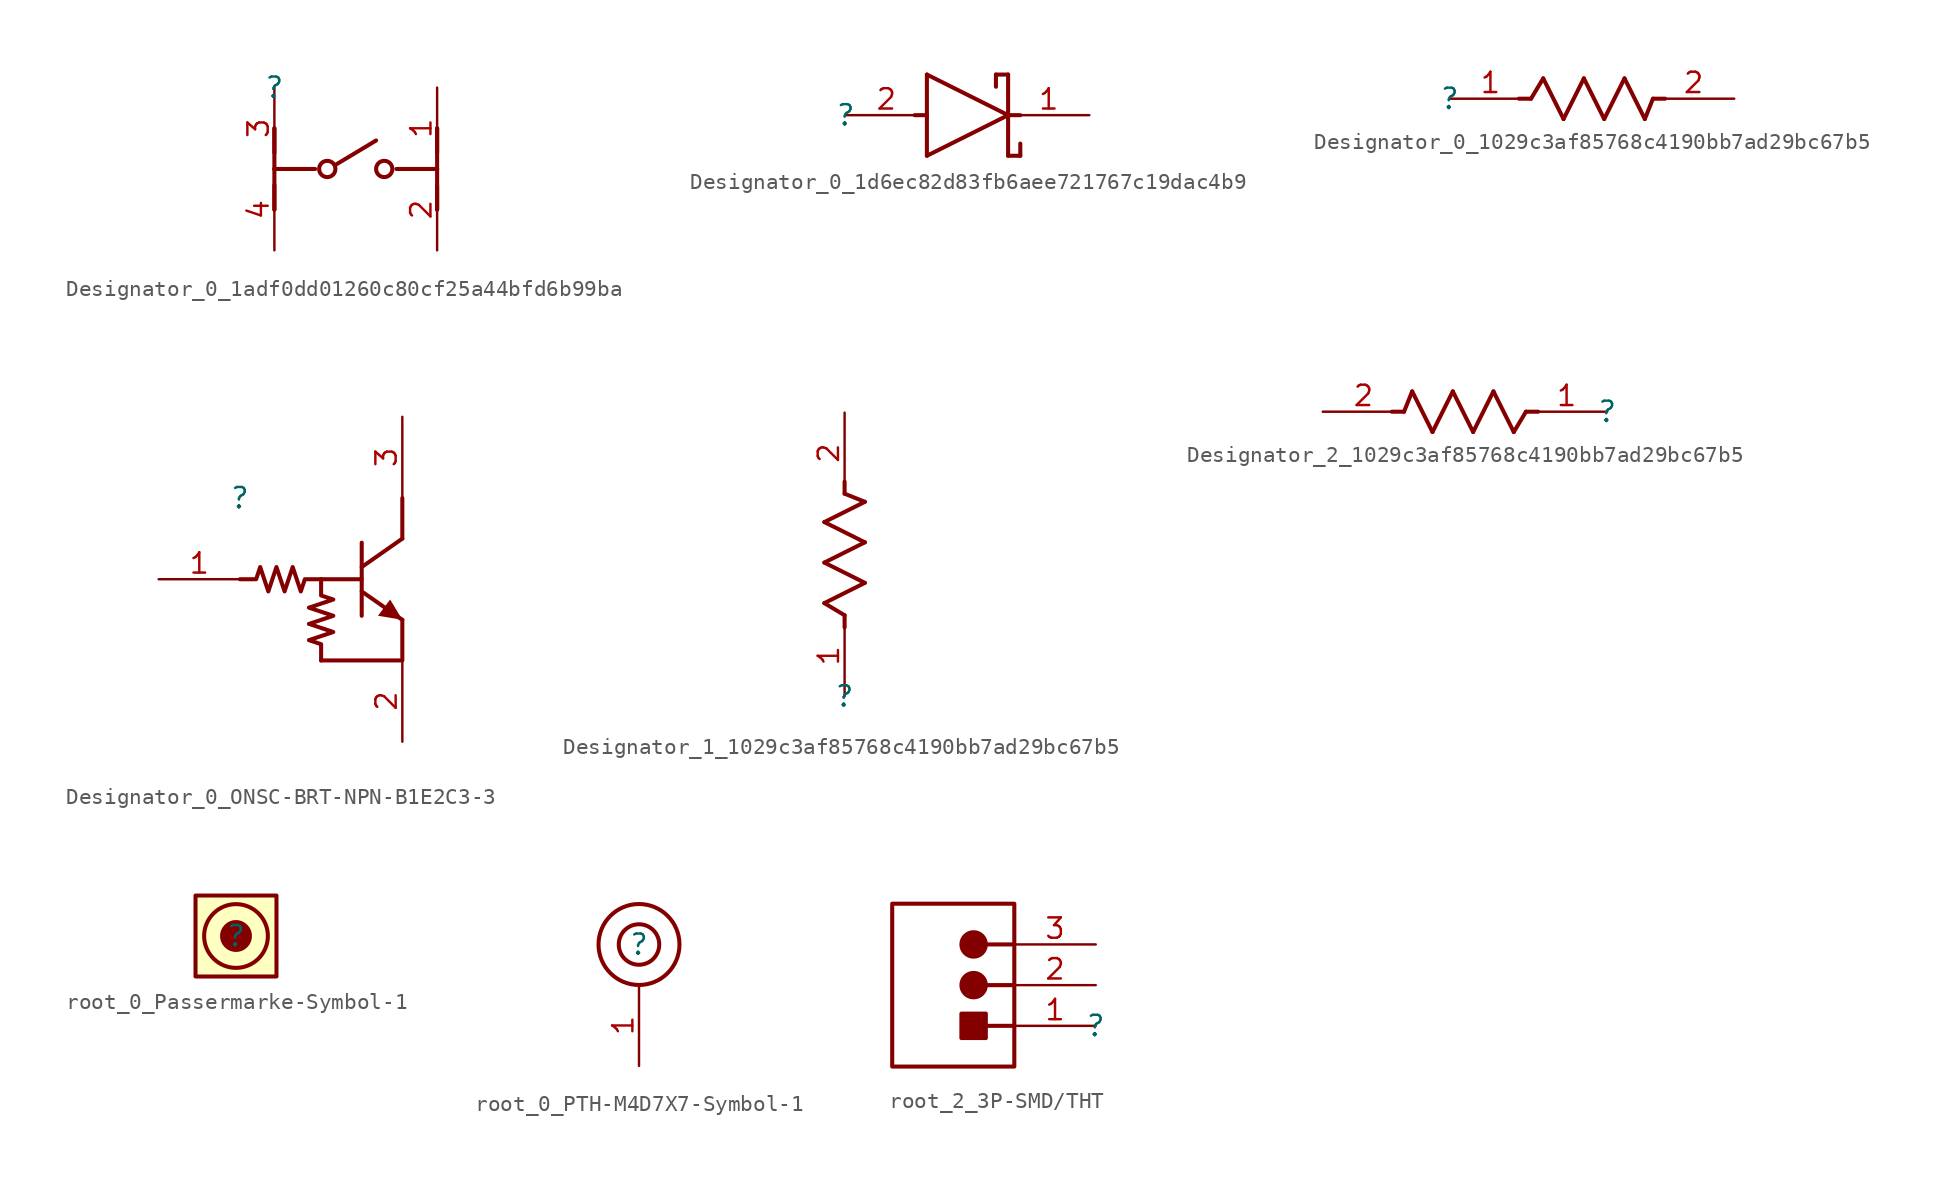
<source format=kicad_sym>
(kicad_symbol_lib
  (version 20231120)
  (generator "kicad_symbol_editor")
  (generator_version "8.0")
  (symbol "Designator_0_1adf0dd01260c80cf25a44bfd6b99ba"
    (property "Reference" ""
      (at 0 0 0)
      (effects (font (size 1.27 1.27))))
    (property "Value" ""
      (at 0 0 0)
      (effects (font (size 1.27 1.27))))
    (symbol "Designator_0_1adf0dd01260c80cf25a44bfd6b99ba_1_0"
      (polyline (pts (xy 0 -7.62) (xy 0 -6.096)) (stroke (width 0.254) (type solid)) (fill (type none)))
      (polyline (pts (xy 0 -7.62) (xy 0 -5.08)) (stroke (width 0.254) (type solid)) (fill (type none)))
      (polyline (pts (xy 0 -5.08) (xy 2.54 -5.08)) (stroke (width 0.254) (type solid)) (fill (type none)))
      (polyline (pts (xy 0 -2.54) (xy 0 -5.08)) (stroke (width 0.254) (type solid)) (fill (type none)))
      (polyline (pts (xy 0 -2.54) (xy 0 -4.064)) (stroke (width 0.254) (type solid)) (fill (type none)))
      (polyline (pts (xy 3.81 -4.826) (xy 6.35 -3.302)) (stroke (width 0.254) (type solid)) (fill (type none)))
      (polyline (pts (xy 10.16 -7.62) (xy 10.16 -6.096)) (stroke (width 0.254) (type solid)) (fill (type none)))
      (polyline (pts (xy 10.16 -7.62) (xy 10.16 -5.08)) (stroke (width 0.254) (type solid)) (fill (type none)))
      (polyline (pts (xy 10.16 -5.08) (xy 7.62 -5.08)) (stroke (width 0.254) (type solid)) (fill (type none)))
      (polyline (pts (xy 10.16 -2.54) (xy 10.16 -5.08)) (stroke (width 0.254) (type solid)) (fill (type none)))
      (polyline (pts (xy 10.16 -2.54) (xy 10.16 -4.064)) (stroke (width 0.254) (type solid)) (fill (type none)))
      (circle (center 3.302 -5.08) (radius 0.508) (stroke (width 0.254) (type solid)) (fill (type none)))
      (circle (center 6.858 -5.08) (radius 0.508) (stroke (width 0.254) (type solid)) (fill (type none)))
      (pin passive line (at 10.16 0 270) (length 5.08) (name "1" (effects (font (size 0 0)))) (number "1" (effects (font (size 1.27 1.27)))))
      (pin passive line (at 10.16 -10.16 90) (length 5.08) (name "2" (effects (font (size 0 0)))) (number "2" (effects (font (size 1.27 1.27)))))
      (pin passive line (at 0 0 270) (length 5.08) (name "3" (effects (font (size 0 0)))) (number "3" (effects (font (size 1.27 1.27)))))
      (pin passive line (at 0 -10.16 90) (length 5.08) (name "4" (effects (font (size 0 0)))) (number "4" (effects (font (size 1.27 1.27)))))))
  (symbol "Designator_0_1d6ec82d83fb6aee721767c19dac4b9"
    (property "Reference" ""
      (at 0 0 0)
      (effects (font (size 1.27 1.27))))
    (property "Value" ""
      (at 0 0 0)
      (effects (font (size 1.27 1.27))))
    (symbol "Designator_0_1d6ec82d83fb6aee721767c19dac4b9_1_0"
      (polyline (pts (xy 5.08 -2.54) (xy 10.16 0)) (stroke (width 0.254) (type solid)) (fill (type none)))
      (polyline (pts (xy 5.08 0) (xy 4.318 0)) (stroke (width 0.254) (type solid)) (fill (type none)))
      (polyline (pts (xy 5.08 2.54) (xy 5.08 -2.54)) (stroke (width 0.254) (type solid)) (fill (type none)))
      (polyline (pts (xy 5.08 2.54) (xy 10.16 0)) (stroke (width 0.254) (type solid)) (fill (type none)))
      (polyline (pts (xy 9.398 2.54) (xy 9.398 1.778)) (stroke (width 0.254) (type solid)) (fill (type none)))
      (polyline (pts (xy 10.16 -2.54) (xy 10.922 -2.54)) (stroke (width 0.254) (type solid)) (fill (type none)))
      (polyline (pts (xy 10.16 0) (xy 10.922 0)) (stroke (width 0.254) (type solid)) (fill (type none)))
      (polyline (pts (xy 10.16 2.54) (xy 9.398 2.54)) (stroke (width 0.254) (type solid)) (fill (type none)))
      (polyline (pts (xy 10.16 2.54) (xy 10.16 -2.54)) (stroke (width 0.254) (type solid)) (fill (type none)))
      (polyline (pts (xy 10.922 -2.54) (xy 10.922 -1.778)) (stroke (width 0.254) (type solid)) (fill (type none)))
      (pin passive line (at 15.24 0 180) (length 5.08) (name "C" (effects (font (size 0 0)))) (number "1" (effects (font (size 1.27 1.27)))))
      (pin passive line (at 0 0 0) (length 5.08) (name "A" (effects (font (size 0 0)))) (number "2" (effects (font (size 1.27 1.27)))))))
  (symbol "Designator_0_1029c3af85768c4190bb7ad29bc67b5"
    (property "Reference" ""
      (at 0 0 0)
      (effects (font (size 1.27 1.27))))
    (property "Value" ""
      (at 0 0 0)
      (effects (font (size 1.27 1.27))))
    (symbol "Designator_0_1029c3af85768c4190bb7ad29bc67b5_1_0"
      (polyline (pts (xy 5.08 0) (xy 4.318 0)) (stroke (width 0.254) (type solid)) (fill (type none)))
      (polyline (pts (xy 5.08 0) (xy 5.842 1.27)) (stroke (width 0.254) (type solid)) (fill (type none)))
      (polyline (pts (xy 5.842 1.27) (xy 7.112 -1.27)) (stroke (width 0.254) (type solid)) (fill (type none)))
      (polyline (pts (xy 7.112 -1.27) (xy 8.382 1.27)) (stroke (width 0.254) (type solid)) (fill (type none)))
      (polyline (pts (xy 8.382 1.27) (xy 9.652 -1.27)) (stroke (width 0.254) (type solid)) (fill (type none)))
      (polyline (pts (xy 9.652 -1.27) (xy 10.922 1.27)) (stroke (width 0.254) (type solid)) (fill (type none)))
      (polyline (pts (xy 10.922 1.27) (xy 12.192 -1.27)) (stroke (width 0.254) (type solid)) (fill (type none)))
      (polyline (pts (xy 12.192 -1.27) (xy 12.7 0)) (stroke (width 0.254) (type solid)) (fill (type none)))
      (polyline (pts (xy 12.7 0) (xy 13.462 0)) (stroke (width 0.254) (type solid)) (fill (type none)))
      (pin passive line (at 0 0 0) (length 5.08) (name "1" (effects (font (size 0 0)))) (number "1" (effects (font (size 1.27 1.27)))))
      (pin passive line (at 17.78 0 180) (length 5.08) (name "2" (effects (font (size 0 0)))) (number "2" (effects (font (size 1.27 1.27)))))))
  (symbol "Designator_0_ONSC-BRT-NPN-B1E2C3-3"
    (property "Reference" ""
      (at 0 0 0)
      (effects (font (size 1.27 1.27))))
    (property "Value" ""
      (at 0 0 0)
      (effects (font (size 1.27 1.27))))
    (symbol "Designator_0_ONSC-BRT-NPN-B1E2C3-3_1_0"
      (polyline (pts (xy 5.08 -5.08) (xy 7.62 -5.08)) (stroke (width 0.254) (type solid)) (fill (type none)))
      (polyline (pts (xy 7.62 -5.842) (xy 10.16 -7.62)) (stroke (width 0.254) (type solid)) (fill (type none)))
      (polyline (pts (xy 7.62 -2.794) (xy 7.62 -7.366)) (stroke (width 0.254) (type solid)) (fill (type none)))
      (polyline (pts (xy 10.16 -2.54) (xy 7.62 -4.318)) (stroke (width 0.254) (type solid)) (fill (type none)))
      (polyline (pts (xy 10.16 0) (xy 10.16 -2.54)) (stroke (width 0.254) (type solid)) (fill (type none)))
      (polyline (pts (xy 5.08 -10.16) (xy 10.16 -10.16) (xy 10.16 -7.62)) (stroke (width 0.254) (type solid)) (fill (type none)))
      (polyline (pts (xy 10.16 -7.62) (xy 9.398 -6.35) (xy 8.636 -7.366) (xy 10.16 -7.62)) (stroke (width -0.0001) (type solid)) (fill (type outline)))
      (polyline (pts (xy 0 -5.08) (xy 1.016 -5.08) (xy 1.27 -4.318) (xy 1.778 -5.842) (xy 2.286 -4.318) (xy 2.794 -5.842) (xy 3.302 -4.318) (xy 3.81 -5.842) (xy 4.064 -5.08) (xy 5.08 -5.08)) (stroke (width 0.254) (type solid)) (fill (type none)))
      (polyline (pts (xy 5.08 -10.16) (xy 5.08 -9.144) (xy 4.318 -8.89) (xy 5.842 -8.382) (xy 4.318 -7.874) (xy 5.842 -7.366) (xy 4.318 -6.858) (xy 5.842 -6.35) (xy 5.08 -6.096) (xy 5.08 -5.08)) (stroke (width 0.254) (type solid)) (fill (type none)))
      (pin passive line (at -5.08 -5.08 0) (length 5.08) (name "B" (effects (font (size 0 0)))) (number "1" (effects (font (size 1.27 1.27)))))
      (pin passive line (at 10.16 -15.24 90) (length 5.08) (name "E" (effects (font (size 0 0)))) (number "2" (effects (font (size 1.27 1.27)))))
      (pin passive line (at 10.16 5.08 270) (length 5.08) (name "C" (effects (font (size 0 0)))) (number "3" (effects (font (size 1.27 1.27)))))))
  (symbol "Designator_1_1029c3af85768c4190bb7ad29bc67b5"
    (property "Reference" ""
      (at 0 0 0)
      (effects (font (size 1.27 1.27))))
    (property "Value" ""
      (at 0 0 0)
      (effects (font (size 1.27 1.27))))
    (symbol "Designator_1_1029c3af85768c4190bb7ad29bc67b5_1_0"
      (polyline (pts (xy -1.27 5.842) (xy 1.27 7.112)) (stroke (width 0.254) (type solid)) (fill (type none)))
      (polyline (pts (xy -1.27 8.382) (xy 1.27 9.652)) (stroke (width 0.254) (type solid)) (fill (type none)))
      (polyline (pts (xy -1.27 10.922) (xy 1.27 12.192)) (stroke (width 0.254) (type solid)) (fill (type none)))
      (polyline (pts (xy 0 5.08) (xy -1.27 5.842)) (stroke (width 0.254) (type solid)) (fill (type none)))
      (polyline (pts (xy 0 5.08) (xy 0 4.318)) (stroke (width 0.254) (type solid)) (fill (type none)))
      (polyline (pts (xy 0 12.7) (xy 0 13.462)) (stroke (width 0.254) (type solid)) (fill (type none)))
      (polyline (pts (xy 1.27 7.112) (xy -1.27 8.382)) (stroke (width 0.254) (type solid)) (fill (type none)))
      (polyline (pts (xy 1.27 9.652) (xy -1.27 10.922)) (stroke (width 0.254) (type solid)) (fill (type none)))
      (polyline (pts (xy 1.27 12.192) (xy 0 12.7)) (stroke (width 0.254) (type solid)) (fill (type none)))
      (pin passive line (at 0 0 90) (length 5.08) (name "1" (effects (font (size 0 0)))) (number "1" (effects (font (size 1.27 1.27)))))
      (pin passive line (at 0 17.78 270) (length 5.08) (name "2" (effects (font (size 0 0)))) (number "2" (effects (font (size 1.27 1.27)))))))
  (symbol "Designator_2_1029c3af85768c4190bb7ad29bc67b5"
    (property "Reference" ""
      (at 0 0 0)
      (effects (font (size 1.27 1.27))))
    (property "Value" ""
      (at 0 0 0)
      (effects (font (size 1.27 1.27))))
    (symbol "Designator_2_1029c3af85768c4190bb7ad29bc67b5_1_0"
      (polyline (pts (xy -12.7 0) (xy -13.462 0)) (stroke (width 0.254) (type solid)) (fill (type none)))
      (polyline (pts (xy -12.192 1.27) (xy -12.7 0)) (stroke (width 0.254) (type solid)) (fill (type none)))
      (polyline (pts (xy -10.922 -1.27) (xy -12.192 1.27)) (stroke (width 0.254) (type solid)) (fill (type none)))
      (polyline (pts (xy -9.652 1.27) (xy -10.922 -1.27)) (stroke (width 0.254) (type solid)) (fill (type none)))
      (polyline (pts (xy -8.382 -1.27) (xy -9.652 1.27)) (stroke (width 0.254) (type solid)) (fill (type none)))
      (polyline (pts (xy -7.112 1.27) (xy -8.382 -1.27)) (stroke (width 0.254) (type solid)) (fill (type none)))
      (polyline (pts (xy -5.842 -1.27) (xy -7.112 1.27)) (stroke (width 0.254) (type solid)) (fill (type none)))
      (polyline (pts (xy -5.08 0) (xy -5.842 -1.27)) (stroke (width 0.254) (type solid)) (fill (type none)))
      (polyline (pts (xy -5.08 0) (xy -4.318 0)) (stroke (width 0.254) (type solid)) (fill (type none)))
      (pin passive line (at 0 0 180) (length 5.08) (name "1" (effects (font (size 0 0)))) (number "1" (effects (font (size 1.27 1.27)))))
      (pin passive line (at -17.78 0 0) (length 5.08) (name "2" (effects (font (size 0 0)))) (number "2" (effects (font (size 1.27 1.27)))))))
  (symbol "root_0_Passermarke-Symbol-1"
    (property "Reference" ""
      (at 0 0 0)
      (effects (font (size 1.27 1.27))))
    (property "Value" ""
      (at 0 0 0)
      (effects (font (size 1.27 1.27))))
    (symbol "root_0_Passermarke-Symbol-1_1_0"
      (circle (center 0 0) (radius 1) (stroke (width -0.0001) (type solid)) (fill (type outline)))
      (circle (center 0 0) (radius 2) (stroke (width 0.254) (type solid)) (fill (type none)))
      (rectangle (start 2.54 2.54) (end -2.54 -2.54) (stroke (width 0.254) (type solid) (color 128 0 0 1)) (fill (type background)))))
  (symbol "root_0_PTH-M4D7X7-Symbol-1"
    (property "Reference" ""
      (at 0 0 0)
      (effects (font (size 1.27 1.27))))
    (property "Value" ""
      (at 0 0 0)
      (effects (font (size 1.27 1.27))))
    (symbol "root_0_PTH-M4D7X7-Symbol-1_1_0"
      (circle (center 0 0) (radius 1.27) (stroke (width 0.254) (type solid)) (fill (type none)))
      (circle (center 0 0) (radius 2.54) (stroke (width 0.254) (type solid)) (fill (type none)))
      (pin passive line (at 0 -7.62 90) (length 5.08) (name "1" (effects (font (size 0 0)))) (number "1" (effects (font (size 1.27 1.27)))))))
  (symbol "root_2_3P-SMD/THT"
    (property "Reference" ""
      (at 0 0 0)
      (effects (font (size 1.27 1.27))))
    (property "Value" ""
      (at 0 0 0)
      (effects (font (size 1.27 1.27))))
    (symbol "root_2_3P-SMD/THT_1_0"
      (circle (center -7.62 2.54) (radius 0.762) (stroke (width 0.254) (type solid)) (fill (type outline)))
      (circle (center -7.62 5.08) (radius 0.762) (stroke (width 0.254) (type solid)) (fill (type outline)))
      (rectangle (start -6.858 0.762) (end -8.382 -0.762) (stroke (width 0.254) (type solid)) (fill (type outline)))
      (rectangle (start -5.08 7.62) (end -12.7 -2.54) (stroke (width 0.254) (type solid)) (fill (type none)))
      (polyline (pts (xy -5.08 0) (xy -6.858 0)) (stroke (width 0.254) (type solid)) (fill (type none)))
      (polyline (pts (xy -5.08 2.54) (xy -6.858 2.54)) (stroke (width 0.254) (type solid)) (fill (type none)))
      (polyline (pts (xy -5.08 5.08) (xy -6.858 5.08)) (stroke (width 0.254) (type solid)) (fill (type none)))
      (pin passive line (at 0 0 180) (length 5.08) (name "1" (effects (font (size 0 0)))) (number "1" (effects (font (size 1.27 1.27)))))
      (pin passive line (at 0 2.54 180) (length 5.08) (name "2" (effects (font (size 0 0)))) (number "2" (effects (font (size 1.27 1.27)))))
      (pin passive line (at 0 5.08 180) (length 5.08) (name "3" (effects (font (size 0 0)))) (number "3" (effects (font (size 1.27 1.27))))))))
</source>
